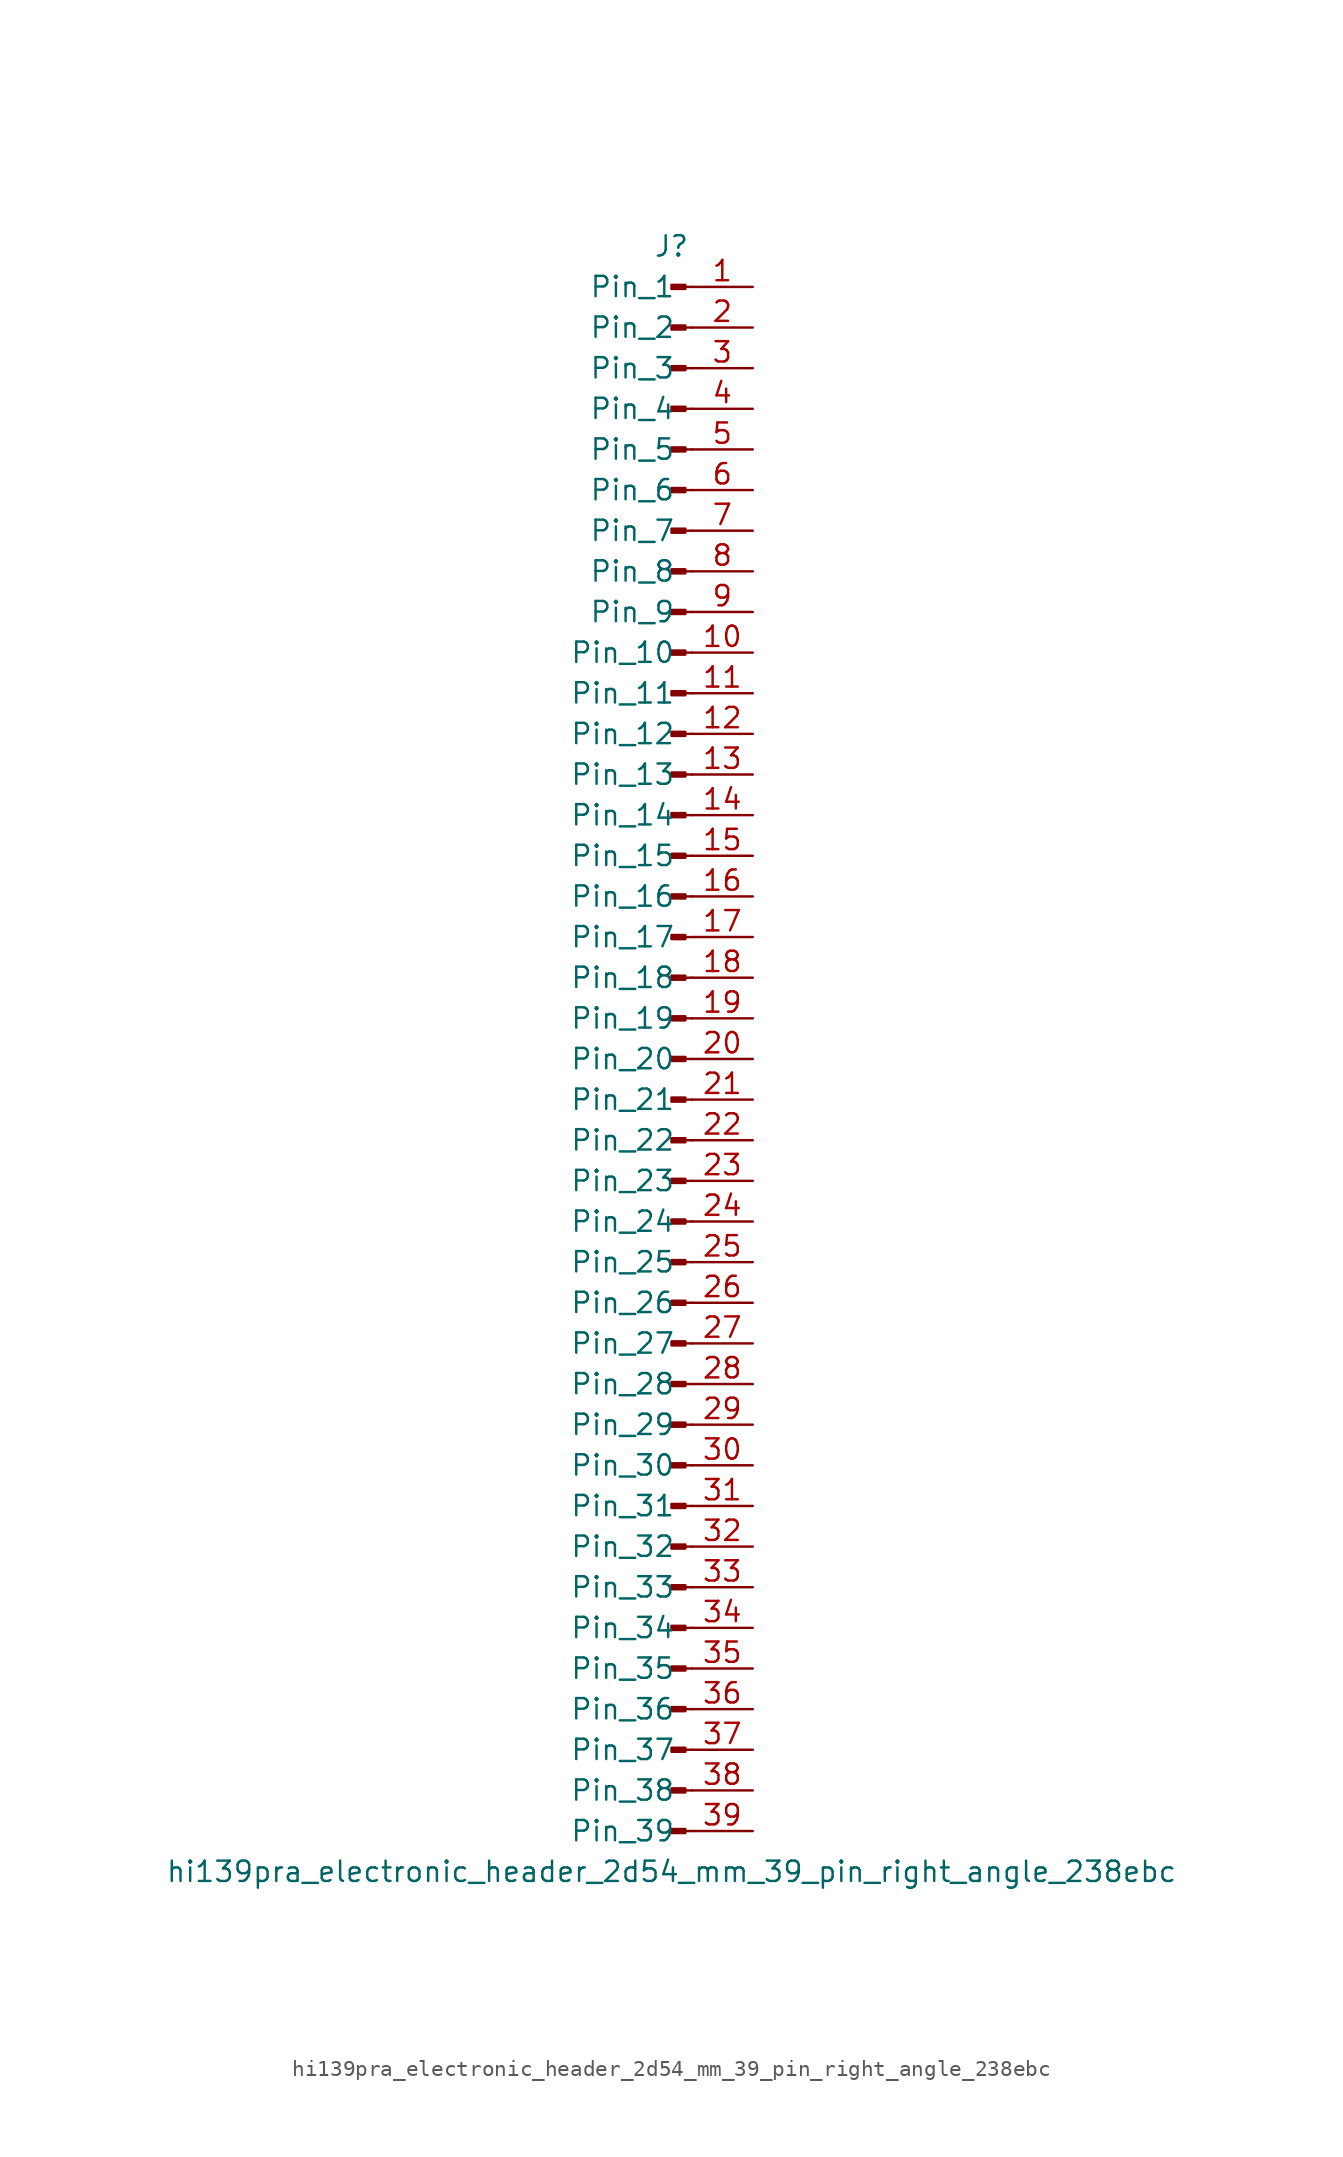
<source format=kicad_sym>
(kicad_symbol_lib
  (version 20220914)
  (generator kicad_symbol_editor)
  (symbol "hi139pra_electronic_header_2d54_mm_39_pin_right_angle_238ebc"
    (pin_names
      (offset 1.016))
    (property "Reference" "J"
      (at 0 50.8 0)
      (effects (font (size 1.27 1.27))))
    (property "Value" "hi139pra_electronic_header_2d54_mm_39_pin_right_angle_238ebc"
      (at 0 -50.8 0)
      (effects (font (size 1.27 1.27))))
    (property "ki_locked" ""
      (at 0 0 0)
      (effects (font (size 1.27 1.27))))
    (symbol "hi139pra_electronic_header_2d54_mm_39_pin_right_angle_238ebc_1_1"
      (polyline (pts (xy 1.27 -48.26) (xy 0.864 -48.26)) (stroke (width 0.152) (type default)) (fill (type none)))
      (polyline (pts (xy 1.27 -45.72) (xy 0.864 -45.72)) (stroke (width 0.152) (type default)) (fill (type none)))
      (polyline (pts (xy 1.27 -43.18) (xy 0.864 -43.18)) (stroke (width 0.152) (type default)) (fill (type none)))
      (polyline (pts (xy 1.27 -40.64) (xy 0.864 -40.64)) (stroke (width 0.152) (type default)) (fill (type none)))
      (polyline (pts (xy 1.27 -38.1) (xy 0.864 -38.1)) (stroke (width 0.152) (type default)) (fill (type none)))
      (polyline (pts (xy 1.27 -35.56) (xy 0.864 -35.56)) (stroke (width 0.152) (type default)) (fill (type none)))
      (polyline (pts (xy 1.27 -33.02) (xy 0.864 -33.02)) (stroke (width 0.152) (type default)) (fill (type none)))
      (polyline (pts (xy 1.27 -30.48) (xy 0.864 -30.48)) (stroke (width 0.152) (type default)) (fill (type none)))
      (polyline (pts (xy 1.27 -27.94) (xy 0.864 -27.94)) (stroke (width 0.152) (type default)) (fill (type none)))
      (polyline (pts (xy 1.27 -25.4) (xy 0.864 -25.4)) (stroke (width 0.152) (type default)) (fill (type none)))
      (polyline (pts (xy 1.27 -22.86) (xy 0.864 -22.86)) (stroke (width 0.152) (type default)) (fill (type none)))
      (polyline (pts (xy 1.27 -20.32) (xy 0.864 -20.32)) (stroke (width 0.152) (type default)) (fill (type none)))
      (polyline (pts (xy 1.27 -17.78) (xy 0.864 -17.78)) (stroke (width 0.152) (type default)) (fill (type none)))
      (polyline (pts (xy 1.27 -15.24) (xy 0.864 -15.24)) (stroke (width 0.152) (type default)) (fill (type none)))
      (polyline (pts (xy 1.27 -12.7) (xy 0.864 -12.7)) (stroke (width 0.152) (type default)) (fill (type none)))
      (polyline (pts (xy 1.27 -10.16) (xy 0.864 -10.16)) (stroke (width 0.152) (type default)) (fill (type none)))
      (polyline (pts (xy 1.27 -7.62) (xy 0.864 -7.62)) (stroke (width 0.152) (type default)) (fill (type none)))
      (polyline (pts (xy 1.27 -5.08) (xy 0.864 -5.08)) (stroke (width 0.152) (type default)) (fill (type none)))
      (polyline (pts (xy 1.27 -2.54) (xy 0.864 -2.54)) (stroke (width 0.152) (type default)) (fill (type none)))
      (polyline (pts (xy 1.27 0) (xy 0.864 0)) (stroke (width 0.152) (type default)) (fill (type none)))
      (polyline (pts (xy 1.27 2.54) (xy 0.864 2.54)) (stroke (width 0.152) (type default)) (fill (type none)))
      (polyline (pts (xy 1.27 5.08) (xy 0.864 5.08)) (stroke (width 0.152) (type default)) (fill (type none)))
      (polyline (pts (xy 1.27 7.62) (xy 0.864 7.62)) (stroke (width 0.152) (type default)) (fill (type none)))
      (polyline (pts (xy 1.27 10.16) (xy 0.864 10.16)) (stroke (width 0.152) (type default)) (fill (type none)))
      (polyline (pts (xy 1.27 12.7) (xy 0.864 12.7)) (stroke (width 0.152) (type default)) (fill (type none)))
      (polyline (pts (xy 1.27 15.24) (xy 0.864 15.24)) (stroke (width 0.152) (type default)) (fill (type none)))
      (polyline (pts (xy 1.27 17.78) (xy 0.864 17.78)) (stroke (width 0.152) (type default)) (fill (type none)))
      (polyline (pts (xy 1.27 20.32) (xy 0.864 20.32)) (stroke (width 0.152) (type default)) (fill (type none)))
      (polyline (pts (xy 1.27 22.86) (xy 0.864 22.86)) (stroke (width 0.152) (type default)) (fill (type none)))
      (polyline (pts (xy 1.27 25.4) (xy 0.864 25.4)) (stroke (width 0.152) (type default)) (fill (type none)))
      (polyline (pts (xy 1.27 27.94) (xy 0.864 27.94)) (stroke (width 0.152) (type default)) (fill (type none)))
      (polyline (pts (xy 1.27 30.48) (xy 0.864 30.48)) (stroke (width 0.152) (type default)) (fill (type none)))
      (polyline (pts (xy 1.27 33.02) (xy 0.864 33.02)) (stroke (width 0.152) (type default)) (fill (type none)))
      (polyline (pts (xy 1.27 35.56) (xy 0.864 35.56)) (stroke (width 0.152) (type default)) (fill (type none)))
      (polyline (pts (xy 1.27 38.1) (xy 0.864 38.1)) (stroke (width 0.152) (type default)) (fill (type none)))
      (polyline (pts (xy 1.27 40.64) (xy 0.864 40.64)) (stroke (width 0.152) (type default)) (fill (type none)))
      (polyline (pts (xy 1.27 43.18) (xy 0.864 43.18)) (stroke (width 0.152) (type default)) (fill (type none)))
      (polyline (pts (xy 1.27 45.72) (xy 0.864 45.72)) (stroke (width 0.152) (type default)) (fill (type none)))
      (polyline (pts (xy 1.27 48.26) (xy 0.864 48.26)) (stroke (width 0.152) (type default)) (fill (type none)))
      (rectangle (start 0.864 -48.133) (end 0 -48.387) (stroke (width 0.152) (type default)) (fill (type outline)))
      (rectangle (start 0.864 -45.593) (end 0 -45.847) (stroke (width 0.152) (type default)) (fill (type outline)))
      (rectangle (start 0.864 -43.053) (end 0 -43.307) (stroke (width 0.152) (type default)) (fill (type outline)))
      (rectangle (start 0.864 -40.513) (end 0 -40.767) (stroke (width 0.152) (type default)) (fill (type outline)))
      (rectangle (start 0.864 -37.973) (end 0 -38.227) (stroke (width 0.152) (type default)) (fill (type outline)))
      (rectangle (start 0.864 -35.433) (end 0 -35.687) (stroke (width 0.152) (type default)) (fill (type outline)))
      (rectangle (start 0.864 -32.893) (end 0 -33.147) (stroke (width 0.152) (type default)) (fill (type outline)))
      (rectangle (start 0.864 -30.353) (end 0 -30.607) (stroke (width 0.152) (type default)) (fill (type outline)))
      (rectangle (start 0.864 -27.813) (end 0 -28.067) (stroke (width 0.152) (type default)) (fill (type outline)))
      (rectangle (start 0.864 -25.273) (end 0 -25.527) (stroke (width 0.152) (type default)) (fill (type outline)))
      (rectangle (start 0.864 -22.733) (end 0 -22.987) (stroke (width 0.152) (type default)) (fill (type outline)))
      (rectangle (start 0.864 -20.193) (end 0 -20.447) (stroke (width 0.152) (type default)) (fill (type outline)))
      (rectangle (start 0.864 -17.653) (end 0 -17.907) (stroke (width 0.152) (type default)) (fill (type outline)))
      (rectangle (start 0.864 -15.113) (end 0 -15.367) (stroke (width 0.152) (type default)) (fill (type outline)))
      (rectangle (start 0.864 -12.573) (end 0 -12.827) (stroke (width 0.152) (type default)) (fill (type outline)))
      (rectangle (start 0.864 -10.033) (end 0 -10.287) (stroke (width 0.152) (type default)) (fill (type outline)))
      (rectangle (start 0.864 -7.493) (end 0 -7.747) (stroke (width 0.152) (type default)) (fill (type outline)))
      (rectangle (start 0.864 -4.953) (end 0 -5.207) (stroke (width 0.152) (type default)) (fill (type outline)))
      (rectangle (start 0.864 -2.413) (end 0 -2.667) (stroke (width 0.152) (type default)) (fill (type outline)))
      (rectangle (start 0.864 0.127) (end 0 -0.127) (stroke (width 0.152) (type default)) (fill (type outline)))
      (rectangle (start 0.864 2.667) (end 0 2.413) (stroke (width 0.152) (type default)) (fill (type outline)))
      (rectangle (start 0.864 5.207) (end 0 4.953) (stroke (width 0.152) (type default)) (fill (type outline)))
      (rectangle (start 0.864 7.747) (end 0 7.493) (stroke (width 0.152) (type default)) (fill (type outline)))
      (rectangle (start 0.864 10.287) (end 0 10.033) (stroke (width 0.152) (type default)) (fill (type outline)))
      (rectangle (start 0.864 12.827) (end 0 12.573) (stroke (width 0.152) (type default)) (fill (type outline)))
      (rectangle (start 0.864 15.367) (end 0 15.113) (stroke (width 0.152) (type default)) (fill (type outline)))
      (rectangle (start 0.864 17.907) (end 0 17.653) (stroke (width 0.152) (type default)) (fill (type outline)))
      (rectangle (start 0.864 20.447) (end 0 20.193) (stroke (width 0.152) (type default)) (fill (type outline)))
      (rectangle (start 0.864 22.987) (end 0 22.733) (stroke (width 0.152) (type default)) (fill (type outline)))
      (rectangle (start 0.864 25.527) (end 0 25.273) (stroke (width 0.152) (type default)) (fill (type outline)))
      (rectangle (start 0.864 28.067) (end 0 27.813) (stroke (width 0.152) (type default)) (fill (type outline)))
      (rectangle (start 0.864 30.607) (end 0 30.353) (stroke (width 0.152) (type default)) (fill (type outline)))
      (rectangle (start 0.864 33.147) (end 0 32.893) (stroke (width 0.152) (type default)) (fill (type outline)))
      (rectangle (start 0.864 35.687) (end 0 35.433) (stroke (width 0.152) (type default)) (fill (type outline)))
      (rectangle (start 0.864 38.227) (end 0 37.973) (stroke (width 0.152) (type default)) (fill (type outline)))
      (rectangle (start 0.864 40.767) (end 0 40.513) (stroke (width 0.152) (type default)) (fill (type outline)))
      (rectangle (start 0.864 43.307) (end 0 43.053) (stroke (width 0.152) (type default)) (fill (type outline)))
      (rectangle (start 0.864 45.847) (end 0 45.593) (stroke (width 0.152) (type default)) (fill (type outline)))
      (rectangle (start 0.864 48.387) (end 0 48.133) (stroke (width 0.152) (type default)) (fill (type outline)))
      (pin passive line (at 5.08 48.26 180) (length 3.81) (name "Pin_1" (effects (font (size 1.27 1.27)))) (number "1" (effects (font (size 1.27 1.27)))))
      (pin passive line (at 5.08 25.4 180) (length 3.81) (name "Pin_10" (effects (font (size 1.27 1.27)))) (number "10" (effects (font (size 1.27 1.27)))))
      (pin passive line (at 5.08 22.86 180) (length 3.81) (name "Pin_11" (effects (font (size 1.27 1.27)))) (number "11" (effects (font (size 1.27 1.27)))))
      (pin passive line (at 5.08 20.32 180) (length 3.81) (name "Pin_12" (effects (font (size 1.27 1.27)))) (number "12" (effects (font (size 1.27 1.27)))))
      (pin passive line (at 5.08 17.78 180) (length 3.81) (name "Pin_13" (effects (font (size 1.27 1.27)))) (number "13" (effects (font (size 1.27 1.27)))))
      (pin passive line (at 5.08 15.24 180) (length 3.81) (name "Pin_14" (effects (font (size 1.27 1.27)))) (number "14" (effects (font (size 1.27 1.27)))))
      (pin passive line (at 5.08 12.7 180) (length 3.81) (name "Pin_15" (effects (font (size 1.27 1.27)))) (number "15" (effects (font (size 1.27 1.27)))))
      (pin passive line (at 5.08 10.16 180) (length 3.81) (name "Pin_16" (effects (font (size 1.27 1.27)))) (number "16" (effects (font (size 1.27 1.27)))))
      (pin passive line (at 5.08 7.62 180) (length 3.81) (name "Pin_17" (effects (font (size 1.27 1.27)))) (number "17" (effects (font (size 1.27 1.27)))))
      (pin passive line (at 5.08 5.08 180) (length 3.81) (name "Pin_18" (effects (font (size 1.27 1.27)))) (number "18" (effects (font (size 1.27 1.27)))))
      (pin passive line (at 5.08 2.54 180) (length 3.81) (name "Pin_19" (effects (font (size 1.27 1.27)))) (number "19" (effects (font (size 1.27 1.27)))))
      (pin passive line (at 5.08 45.72 180) (length 3.81) (name "Pin_2" (effects (font (size 1.27 1.27)))) (number "2" (effects (font (size 1.27 1.27)))))
      (pin passive line (at 5.08 0 180) (length 3.81) (name "Pin_20" (effects (font (size 1.27 1.27)))) (number "20" (effects (font (size 1.27 1.27)))))
      (pin passive line (at 5.08 -2.54 180) (length 3.81) (name "Pin_21" (effects (font (size 1.27 1.27)))) (number "21" (effects (font (size 1.27 1.27)))))
      (pin passive line (at 5.08 -5.08 180) (length 3.81) (name "Pin_22" (effects (font (size 1.27 1.27)))) (number "22" (effects (font (size 1.27 1.27)))))
      (pin passive line (at 5.08 -7.62 180) (length 3.81) (name "Pin_23" (effects (font (size 1.27 1.27)))) (number "23" (effects (font (size 1.27 1.27)))))
      (pin passive line (at 5.08 -10.16 180) (length 3.81) (name "Pin_24" (effects (font (size 1.27 1.27)))) (number "24" (effects (font (size 1.27 1.27)))))
      (pin passive line (at 5.08 -12.7 180) (length 3.81) (name "Pin_25" (effects (font (size 1.27 1.27)))) (number "25" (effects (font (size 1.27 1.27)))))
      (pin passive line (at 5.08 -15.24 180) (length 3.81) (name "Pin_26" (effects (font (size 1.27 1.27)))) (number "26" (effects (font (size 1.27 1.27)))))
      (pin passive line (at 5.08 -17.78 180) (length 3.81) (name "Pin_27" (effects (font (size 1.27 1.27)))) (number "27" (effects (font (size 1.27 1.27)))))
      (pin passive line (at 5.08 -20.32 180) (length 3.81) (name "Pin_28" (effects (font (size 1.27 1.27)))) (number "28" (effects (font (size 1.27 1.27)))))
      (pin passive line (at 5.08 -22.86 180) (length 3.81) (name "Pin_29" (effects (font (size 1.27 1.27)))) (number "29" (effects (font (size 1.27 1.27)))))
      (pin passive line (at 5.08 43.18 180) (length 3.81) (name "Pin_3" (effects (font (size 1.27 1.27)))) (number "3" (effects (font (size 1.27 1.27)))))
      (pin passive line (at 5.08 -25.4 180) (length 3.81) (name "Pin_30" (effects (font (size 1.27 1.27)))) (number "30" (effects (font (size 1.27 1.27)))))
      (pin passive line (at 5.08 -27.94 180) (length 3.81) (name "Pin_31" (effects (font (size 1.27 1.27)))) (number "31" (effects (font (size 1.27 1.27)))))
      (pin passive line (at 5.08 -30.48 180) (length 3.81) (name "Pin_32" (effects (font (size 1.27 1.27)))) (number "32" (effects (font (size 1.27 1.27)))))
      (pin passive line (at 5.08 -33.02 180) (length 3.81) (name "Pin_33" (effects (font (size 1.27 1.27)))) (number "33" (effects (font (size 1.27 1.27)))))
      (pin passive line (at 5.08 -35.56 180) (length 3.81) (name "Pin_34" (effects (font (size 1.27 1.27)))) (number "34" (effects (font (size 1.27 1.27)))))
      (pin passive line (at 5.08 -38.1 180) (length 3.81) (name "Pin_35" (effects (font (size 1.27 1.27)))) (number "35" (effects (font (size 1.27 1.27)))))
      (pin passive line (at 5.08 -40.64 180) (length 3.81) (name "Pin_36" (effects (font (size 1.27 1.27)))) (number "36" (effects (font (size 1.27 1.27)))))
      (pin passive line (at 5.08 -43.18 180) (length 3.81) (name "Pin_37" (effects (font (size 1.27 1.27)))) (number "37" (effects (font (size 1.27 1.27)))))
      (pin passive line (at 5.08 -45.72 180) (length 3.81) (name "Pin_38" (effects (font (size 1.27 1.27)))) (number "38" (effects (font (size 1.27 1.27)))))
      (pin passive line (at 5.08 -48.26 180) (length 3.81) (name "Pin_39" (effects (font (size 1.27 1.27)))) (number "39" (effects (font (size 1.27 1.27)))))
      (pin passive line (at 5.08 40.64 180) (length 3.81) (name "Pin_4" (effects (font (size 1.27 1.27)))) (number "4" (effects (font (size 1.27 1.27)))))
      (pin passive line (at 5.08 38.1 180) (length 3.81) (name "Pin_5" (effects (font (size 1.27 1.27)))) (number "5" (effects (font (size 1.27 1.27)))))
      (pin passive line (at 5.08 35.56 180) (length 3.81) (name "Pin_6" (effects (font (size 1.27 1.27)))) (number "6" (effects (font (size 1.27 1.27)))))
      (pin passive line (at 5.08 33.02 180) (length 3.81) (name "Pin_7" (effects (font (size 1.27 1.27)))) (number "7" (effects (font (size 1.27 1.27)))))
      (pin passive line (at 5.08 30.48 180) (length 3.81) (name "Pin_8" (effects (font (size 1.27 1.27)))) (number "8" (effects (font (size 1.27 1.27)))))
      (pin passive line (at 5.08 27.94 180) (length 3.81) (name "Pin_9" (effects (font (size 1.27 1.27)))) (number "9" (effects (font (size 1.27 1.27))))))))
</source>
